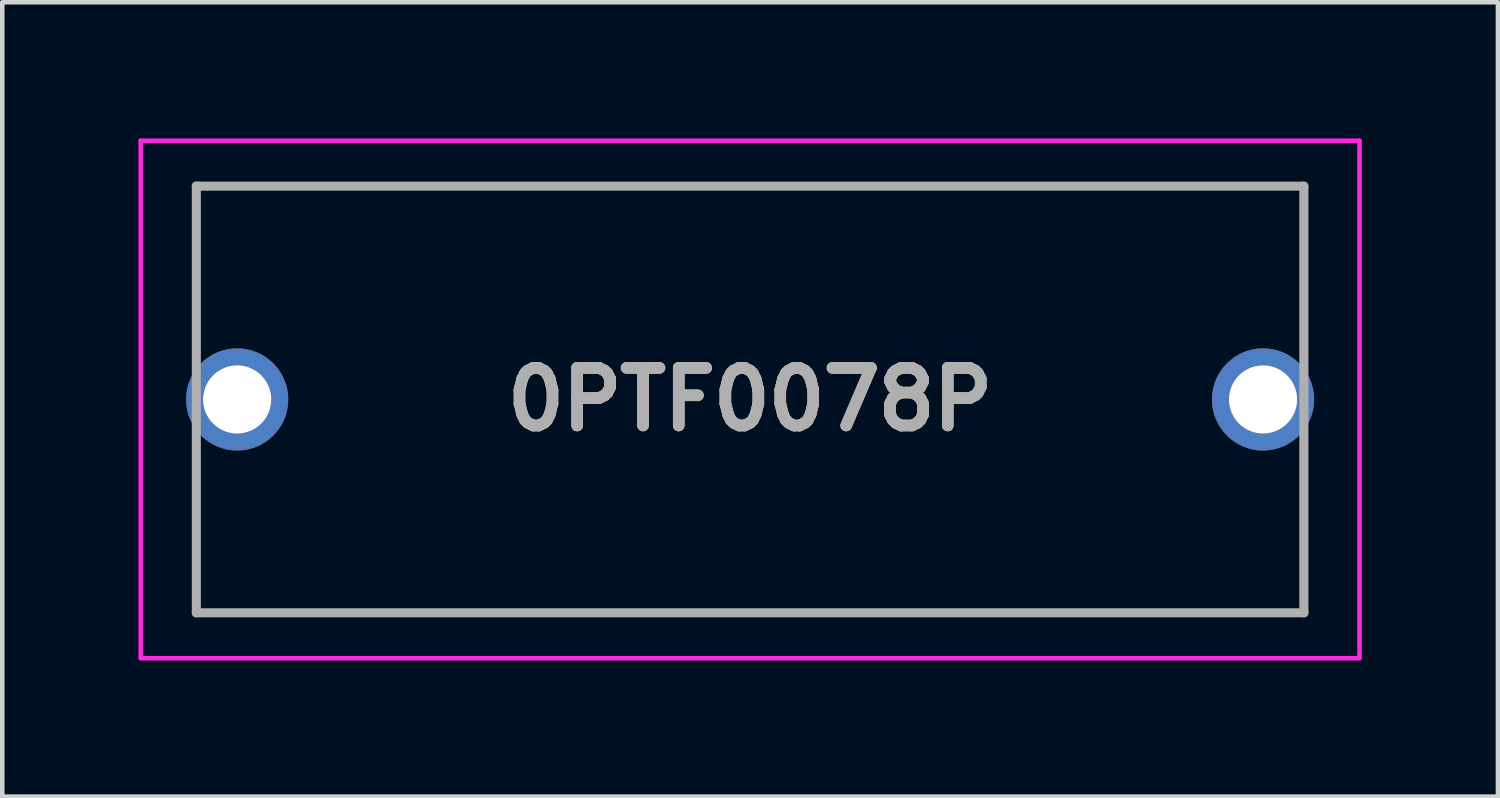
<source format=kicad_pcb>
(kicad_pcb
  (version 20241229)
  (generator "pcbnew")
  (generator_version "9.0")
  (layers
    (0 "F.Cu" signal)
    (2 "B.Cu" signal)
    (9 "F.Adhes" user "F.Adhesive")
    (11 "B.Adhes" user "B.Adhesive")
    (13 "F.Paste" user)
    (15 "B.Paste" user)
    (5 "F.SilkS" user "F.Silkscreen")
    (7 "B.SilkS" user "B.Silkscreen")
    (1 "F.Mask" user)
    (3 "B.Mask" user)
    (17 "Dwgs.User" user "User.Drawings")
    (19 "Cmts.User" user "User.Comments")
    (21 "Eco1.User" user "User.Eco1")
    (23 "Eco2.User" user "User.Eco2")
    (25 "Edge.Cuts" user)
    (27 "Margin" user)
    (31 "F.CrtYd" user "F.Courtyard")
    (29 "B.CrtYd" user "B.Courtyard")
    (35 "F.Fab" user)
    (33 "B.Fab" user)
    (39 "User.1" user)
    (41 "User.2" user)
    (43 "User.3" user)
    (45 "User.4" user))
  (footprint "0PTF0078P"
    (layer "F.Cu")
    (at 13.475 5.75)
    (property "Reference" "0PTF0078P" (at 0 0 0) (layer "F.SilkS") (effects (font (size 1.27 1.27) (thickness 0.254))))
    (attr through_hole)
    (fp_line (start -12.2 -4.7) (end 12.2 -4.7) (stroke (width 0.1) (type solid)) (layer "F.SilkS"))
    (fp_line (start -12.2 -2) (end -12.2 -4.7) (stroke (width 0.1) (type solid)) (layer "F.SilkS"))
    (fp_line (start -12.2 2) (end -12.2 4.7) (stroke (width 0.1) (type solid)) (layer "F.SilkS"))
    (fp_line (start -12.2 4.7) (end 12.2 4.7) (stroke (width 0.1) (type solid)) (layer "F.SilkS"))
    (fp_line (start 12.2 -4.7) (end 12.2 -2) (stroke (width 0.1) (type solid)) (layer "F.SilkS"))
    (fp_line (start 12.2 4.7) (end 12.2 2) (stroke (width 0.1) (type solid)) (layer "F.SilkS"))
    (fp_line (start -13.425 -5.7) (end 13.425 -5.7) (stroke (width 0.1) (type solid)) (layer "F.CrtYd"))
    (fp_line (start -13.425 5.7) (end -13.425 -5.7) (stroke (width 0.1) (type solid)) (layer "F.CrtYd"))
    (fp_line (start 13.425 -5.7) (end 13.425 5.7) (stroke (width 0.1) (type solid)) (layer "F.CrtYd"))
    (fp_line (start 13.425 5.7) (end -13.425 5.7) (stroke (width 0.1) (type solid)) (layer "F.CrtYd"))
    (fp_line (start -12.2 -4.7) (end 12.2 -4.7) (stroke (width 0.2) (type solid)) (layer "F.Fab"))
    (fp_line (start -12.2 4.7) (end -12.2 -4.7) (stroke (width 0.2) (type solid)) (layer "F.Fab"))
    (fp_line (start 12.2 -4.7) (end 12.2 4.7) (stroke (width 0.2) (type solid)) (layer "F.Fab"))
    (fp_line (start 12.2 4.7) (end -12.2 4.7) (stroke (width 0.2) (type solid)) (layer "F.Fab"))
    (fp_text user "${REFERENCE}" (at 0 0 0) (layer "F.Fab") (effects (font (size 1.27 1.27) (thickness 0.254))))
    (pad "1" thru_hole circle (at -11.3 0) (size 2.25 2.25) (drill 1.5) (layers "*.Cu" "*.Mask"))
    (pad "2" thru_hole circle (at 11.3 0) (size 2.25 2.25) (drill 1.5) (layers "*.Cu" "*.Mask")))
  (gr_rect
    (start -3 -3)
    (end 29.95 14.5)
    (stroke (width 0.1) (type default))
    (fill no)
    (layer "Edge.Cuts")))
</source>
